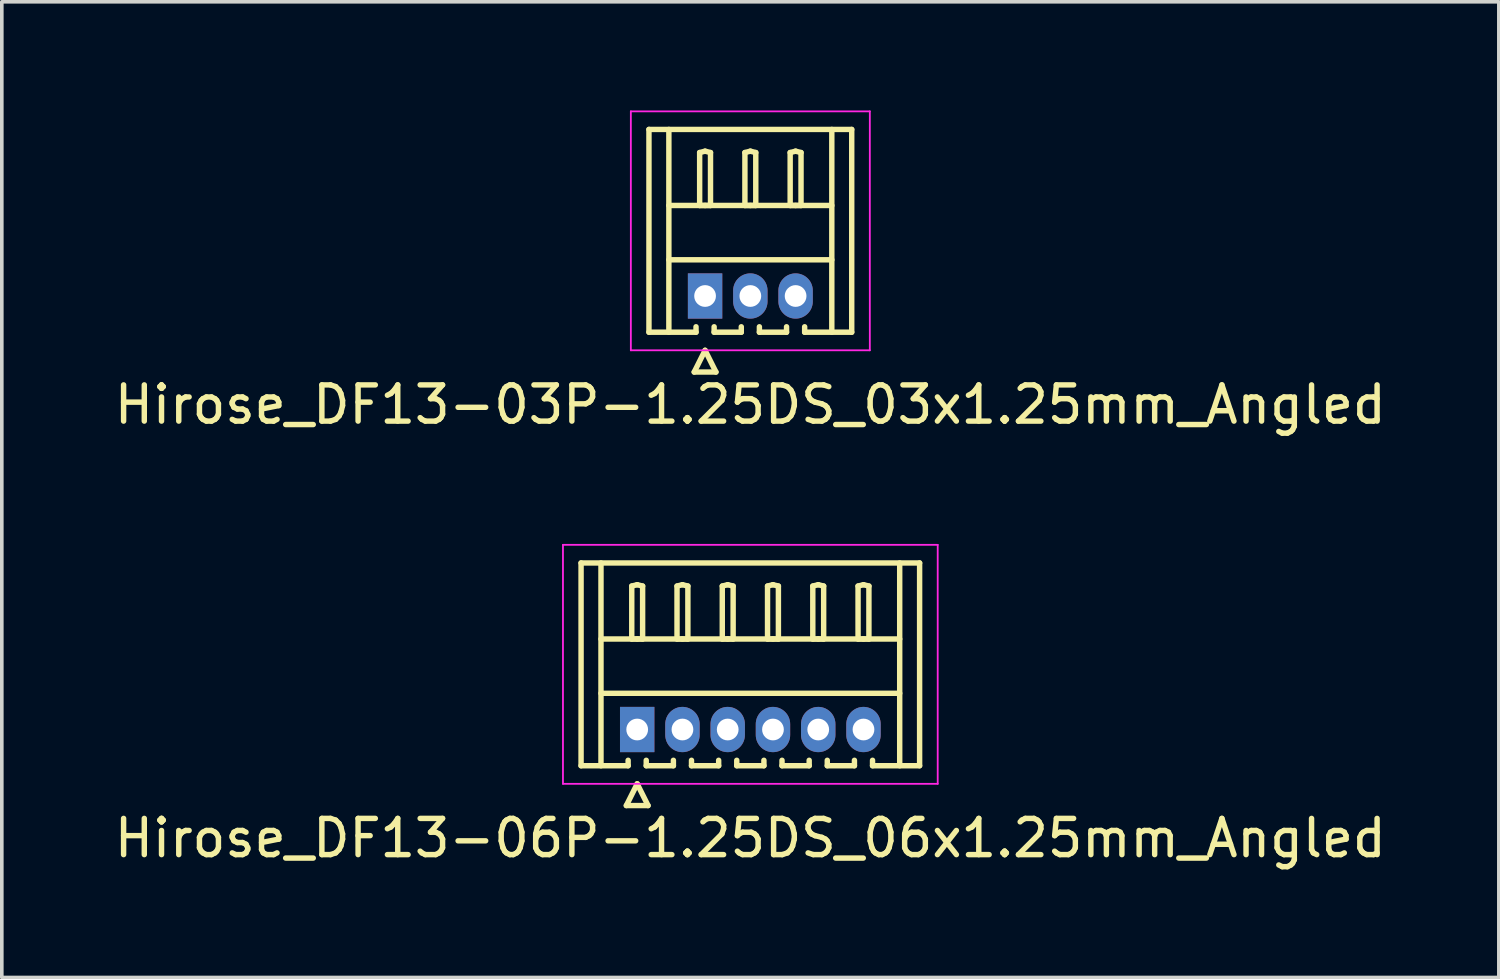
<source format=kicad_pcb>
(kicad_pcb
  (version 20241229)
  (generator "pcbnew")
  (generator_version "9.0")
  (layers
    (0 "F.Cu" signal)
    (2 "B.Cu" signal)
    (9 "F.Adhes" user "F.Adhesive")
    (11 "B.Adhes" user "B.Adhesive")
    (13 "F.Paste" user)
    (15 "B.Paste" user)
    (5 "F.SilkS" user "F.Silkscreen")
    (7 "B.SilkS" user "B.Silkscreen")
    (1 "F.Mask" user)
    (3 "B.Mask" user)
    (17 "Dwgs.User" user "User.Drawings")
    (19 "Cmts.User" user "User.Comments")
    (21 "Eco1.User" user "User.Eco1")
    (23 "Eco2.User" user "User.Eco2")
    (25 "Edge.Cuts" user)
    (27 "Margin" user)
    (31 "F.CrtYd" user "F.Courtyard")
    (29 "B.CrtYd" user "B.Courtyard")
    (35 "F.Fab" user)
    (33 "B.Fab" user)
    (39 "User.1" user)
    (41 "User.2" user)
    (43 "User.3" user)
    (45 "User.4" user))
  (footprint "Hirose_DF13-03P-1.25DS_03x1.25mm_Angled"
    (layer "F.Cu")
    (at 16.423 5.125)
    (property "Reference" "Hirose_DF13-03P-1.25DS_03x1.25mm_Angled" (at 1.25 3 0) (layer "F.SilkS") (effects (font (size 1 1) (thickness 0.15))))
    (attr through_hole)
    (fp_line (start -1.55 -4.6) (end 4.05 -4.6) (stroke (width 0.15) (type solid)) (layer "F.SilkS"))
    (fp_line (start -1.55 1) (end -1.55 -4.6) (stroke (width 0.15) (type solid)) (layer "F.SilkS"))
    (fp_line (start -1 -4.6) (end -1 1) (stroke (width 0.15) (type solid)) (layer "F.SilkS"))
    (fp_line (start -1 -2.5) (end 3.5 -2.5) (stroke (width 0.15) (type solid)) (layer "F.SilkS"))
    (fp_line (start -1 -1) (end 3.5 -1) (stroke (width 0.15) (type solid)) (layer "F.SilkS"))
    (fp_line (start -0.3 2.1) (end 0.3 2.1) (stroke (width 0.15) (type solid)) (layer "F.SilkS"))
    (fp_line (start -0.25 0.85) (end -0.25 1) (stroke (width 0.15) (type solid)) (layer "F.SilkS"))
    (fp_line (start -0.25 1) (end -1.55 1) (stroke (width 0.15) (type solid)) (layer "F.SilkS"))
    (fp_line (start -0.15 -3.962) (end 0 -4) (stroke (width 0.15) (type solid)) (layer "F.SilkS"))
    (fp_line (start -0.15 -2.5) (end -0.15 -3.962) (stroke (width 0.15) (type solid)) (layer "F.SilkS"))
    (fp_line (start 0 -4) (end 0.15 -3.962) (stroke (width 0.15) (type solid)) (layer "F.SilkS"))
    (fp_line (start 0 -2.5) (end -0.15 -2.5) (stroke (width 0.15) (type solid)) (layer "F.SilkS"))
    (fp_line (start 0 1.5) (end -0.3 2.1) (stroke (width 0.15) (type solid)) (layer "F.SilkS"))
    (fp_line (start 0.15 -3.962) (end 0.15 -2.5) (stroke (width 0.15) (type solid)) (layer "F.SilkS"))
    (fp_line (start 0.15 -2.5) (end 0 -2.5) (stroke (width 0.15) (type solid)) (layer "F.SilkS"))
    (fp_line (start 0.25 0.85) (end 0.25 1) (stroke (width 0.15) (type solid)) (layer "F.SilkS"))
    (fp_line (start 0.25 1) (end 1 1) (stroke (width 0.15) (type solid)) (layer "F.SilkS"))
    (fp_line (start 0.3 2.1) (end 0 1.5) (stroke (width 0.15) (type solid)) (layer "F.SilkS"))
    (fp_line (start 1 1) (end 1 0.85) (stroke (width 0.15) (type solid)) (layer "F.SilkS"))
    (fp_line (start 1.1 -3.962) (end 1.25 -4) (stroke (width 0.15) (type solid)) (layer "F.SilkS"))
    (fp_line (start 1.1 -2.5) (end 1.1 -3.962) (stroke (width 0.15) (type solid)) (layer "F.SilkS"))
    (fp_line (start 1.25 -4) (end 1.4 -3.962) (stroke (width 0.15) (type solid)) (layer "F.SilkS"))
    (fp_line (start 1.25 -2.5) (end 1.1 -2.5) (stroke (width 0.15) (type solid)) (layer "F.SilkS"))
    (fp_line (start 1.4 -3.962) (end 1.4 -2.5) (stroke (width 0.15) (type solid)) (layer "F.SilkS"))
    (fp_line (start 1.4 -2.5) (end 1.25 -2.5) (stroke (width 0.15) (type solid)) (layer "F.SilkS"))
    (fp_line (start 1.5 0.85) (end 1.5 1) (stroke (width 0.15) (type solid)) (layer "F.SilkS"))
    (fp_line (start 1.5 1) (end 2.25 1) (stroke (width 0.15) (type solid)) (layer "F.SilkS"))
    (fp_line (start 2.25 1) (end 2.25 0.85) (stroke (width 0.15) (type solid)) (layer "F.SilkS"))
    (fp_line (start 2.35 -3.962) (end 2.5 -4) (stroke (width 0.15) (type solid)) (layer "F.SilkS"))
    (fp_line (start 2.35 -2.5) (end 2.35 -3.962) (stroke (width 0.15) (type solid)) (layer "F.SilkS"))
    (fp_line (start 2.5 -4) (end 2.65 -3.962) (stroke (width 0.15) (type solid)) (layer "F.SilkS"))
    (fp_line (start 2.5 -2.5) (end 2.35 -2.5) (stroke (width 0.15) (type solid)) (layer "F.SilkS"))
    (fp_line (start 2.65 -3.962) (end 2.65 -2.5) (stroke (width 0.15) (type solid)) (layer "F.SilkS"))
    (fp_line (start 2.65 -2.5) (end 2.5 -2.5) (stroke (width 0.15) (type solid)) (layer "F.SilkS"))
    (fp_line (start 2.75 1) (end 2.75 0.85) (stroke (width 0.15) (type solid)) (layer "F.SilkS"))
    (fp_line (start 3.5 -4.6) (end 3.5 1) (stroke (width 0.15) (type solid)) (layer "F.SilkS"))
    (fp_line (start 4.05 -4.6) (end 4.05 1) (stroke (width 0.15) (type solid)) (layer "F.SilkS"))
    (fp_line (start 4.05 1) (end 2.75 1) (stroke (width 0.15) (type solid)) (layer "F.SilkS"))
    (fp_line (start -2.05 -5.1) (end -2.05 1.5) (stroke (width 0.05) (type solid)) (layer "F.CrtYd"))
    (fp_line (start -2.05 1.5) (end 4.55 1.5) (stroke (width 0.05) (type solid)) (layer "F.CrtYd"))
    (fp_line (start 4.55 -5.1) (end -2.05 -5.1) (stroke (width 0.05) (type solid)) (layer "F.CrtYd"))
    (fp_line (start 4.55 1.5) (end 4.55 -5.1) (stroke (width 0.05) (type solid)) (layer "F.CrtYd"))
    (pad "1" thru_hole rect (at 0 0) (size 0.95 1.25) (drill 0.6) (layers "*.Cu" "*.Mask"))
    (pad "2" thru_hole oval (at 1.25 0) (size 0.95 1.25) (drill 0.6) (layers "*.Cu" "*.Mask"))
    (pad "3" thru_hole oval (at 2.5 0) (size 0.95 1.25) (drill 0.6) (layers "*.Cu" "*.Mask")))
  (footprint "Hirose_DF13-06P-1.25DS_06x1.25mm_Angled"
    (layer "F.Cu")
    (at 14.548 17.098)
    (property "Reference" "Hirose_DF13-06P-1.25DS_06x1.25mm_Angled" (at 3.125 3 0) (layer "F.SilkS") (effects (font (size 1 1) (thickness 0.15))))
    (attr through_hole)
    (fp_line (start -1.55 -4.6) (end 7.8 -4.6) (stroke (width 0.15) (type solid)) (layer "F.SilkS"))
    (fp_line (start -1.55 1) (end -1.55 -4.6) (stroke (width 0.15) (type solid)) (layer "F.SilkS"))
    (fp_line (start -1 -4.6) (end -1 1) (stroke (width 0.15) (type solid)) (layer "F.SilkS"))
    (fp_line (start -1 -2.5) (end 7.25 -2.5) (stroke (width 0.15) (type solid)) (layer "F.SilkS"))
    (fp_line (start -1 -1) (end 7.25 -1) (stroke (width 0.15) (type solid)) (layer "F.SilkS"))
    (fp_line (start -0.3 2.1) (end 0.3 2.1) (stroke (width 0.15) (type solid)) (layer "F.SilkS"))
    (fp_line (start -0.25 0.85) (end -0.25 1) (stroke (width 0.15) (type solid)) (layer "F.SilkS"))
    (fp_line (start -0.25 1) (end -1.55 1) (stroke (width 0.15) (type solid)) (layer "F.SilkS"))
    (fp_line (start -0.15 -3.962) (end 0 -4) (stroke (width 0.15) (type solid)) (layer "F.SilkS"))
    (fp_line (start -0.15 -2.5) (end -0.15 -3.962) (stroke (width 0.15) (type solid)) (layer "F.SilkS"))
    (fp_line (start 0 -4) (end 0.15 -3.962) (stroke (width 0.15) (type solid)) (layer "F.SilkS"))
    (fp_line (start 0 -2.5) (end -0.15 -2.5) (stroke (width 0.15) (type solid)) (layer "F.SilkS"))
    (fp_line (start 0 1.5) (end -0.3 2.1) (stroke (width 0.15) (type solid)) (layer "F.SilkS"))
    (fp_line (start 0.15 -3.962) (end 0.15 -2.5) (stroke (width 0.15) (type solid)) (layer "F.SilkS"))
    (fp_line (start 0.15 -2.5) (end 0 -2.5) (stroke (width 0.15) (type solid)) (layer "F.SilkS"))
    (fp_line (start 0.25 0.85) (end 0.25 1) (stroke (width 0.15) (type solid)) (layer "F.SilkS"))
    (fp_line (start 0.25 1) (end 1 1) (stroke (width 0.15) (type solid)) (layer "F.SilkS"))
    (fp_line (start 0.3 2.1) (end 0 1.5) (stroke (width 0.15) (type solid)) (layer "F.SilkS"))
    (fp_line (start 1 1) (end 1 0.85) (stroke (width 0.15) (type solid)) (layer "F.SilkS"))
    (fp_line (start 1.1 -3.962) (end 1.25 -4) (stroke (width 0.15) (type solid)) (layer "F.SilkS"))
    (fp_line (start 1.1 -2.5) (end 1.1 -3.962) (stroke (width 0.15) (type solid)) (layer "F.SilkS"))
    (fp_line (start 1.25 -4) (end 1.4 -3.962) (stroke (width 0.15) (type solid)) (layer "F.SilkS"))
    (fp_line (start 1.25 -2.5) (end 1.1 -2.5) (stroke (width 0.15) (type solid)) (layer "F.SilkS"))
    (fp_line (start 1.4 -3.962) (end 1.4 -2.5) (stroke (width 0.15) (type solid)) (layer "F.SilkS"))
    (fp_line (start 1.4 -2.5) (end 1.25 -2.5) (stroke (width 0.15) (type solid)) (layer "F.SilkS"))
    (fp_line (start 1.5 0.85) (end 1.5 1) (stroke (width 0.15) (type solid)) (layer "F.SilkS"))
    (fp_line (start 1.5 1) (end 2.25 1) (stroke (width 0.15) (type solid)) (layer "F.SilkS"))
    (fp_line (start 2.25 1) (end 2.25 0.85) (stroke (width 0.15) (type solid)) (layer "F.SilkS"))
    (fp_line (start 2.35 -3.962) (end 2.5 -4) (stroke (width 0.15) (type solid)) (layer "F.SilkS"))
    (fp_line (start 2.35 -2.5) (end 2.35 -3.962) (stroke (width 0.15) (type solid)) (layer "F.SilkS"))
    (fp_line (start 2.5 -4) (end 2.65 -3.962) (stroke (width 0.15) (type solid)) (layer "F.SilkS"))
    (fp_line (start 2.5 -2.5) (end 2.35 -2.5) (stroke (width 0.15) (type solid)) (layer "F.SilkS"))
    (fp_line (start 2.65 -3.962) (end 2.65 -2.5) (stroke (width 0.15) (type solid)) (layer "F.SilkS"))
    (fp_line (start 2.65 -2.5) (end 2.5 -2.5) (stroke (width 0.15) (type solid)) (layer "F.SilkS"))
    (fp_line (start 2.75 0.85) (end 2.75 1) (stroke (width 0.15) (type solid)) (layer "F.SilkS"))
    (fp_line (start 2.75 1) (end 3.5 1) (stroke (width 0.15) (type solid)) (layer "F.SilkS"))
    (fp_line (start 3.5 1) (end 3.5 0.85) (stroke (width 0.15) (type solid)) (layer "F.SilkS"))
    (fp_line (start 3.6 -3.962) (end 3.75 -4) (stroke (width 0.15) (type solid)) (layer "F.SilkS"))
    (fp_line (start 3.6 -2.5) (end 3.6 -3.962) (stroke (width 0.15) (type solid)) (layer "F.SilkS"))
    (fp_line (start 3.75 -4) (end 3.9 -3.962) (stroke (width 0.15) (type solid)) (layer "F.SilkS"))
    (fp_line (start 3.75 -2.5) (end 3.6 -2.5) (stroke (width 0.15) (type solid)) (layer "F.SilkS"))
    (fp_line (start 3.9 -3.962) (end 3.9 -2.5) (stroke (width 0.15) (type solid)) (layer "F.SilkS"))
    (fp_line (start 3.9 -2.5) (end 3.75 -2.5) (stroke (width 0.15) (type solid)) (layer "F.SilkS"))
    (fp_line (start 4 0.85) (end 4 1) (stroke (width 0.15) (type solid)) (layer "F.SilkS"))
    (fp_line (start 4 1) (end 4.75 1) (stroke (width 0.15) (type solid)) (layer "F.SilkS"))
    (fp_line (start 4.75 1) (end 4.75 0.85) (stroke (width 0.15) (type solid)) (layer "F.SilkS"))
    (fp_line (start 4.85 -3.962) (end 5 -4) (stroke (width 0.15) (type solid)) (layer "F.SilkS"))
    (fp_line (start 4.85 -2.5) (end 4.85 -3.962) (stroke (width 0.15) (type solid)) (layer "F.SilkS"))
    (fp_line (start 5 -4) (end 5.15 -3.962) (stroke (width 0.15) (type solid)) (layer "F.SilkS"))
    (fp_line (start 5 -2.5) (end 4.85 -2.5) (stroke (width 0.15) (type solid)) (layer "F.SilkS"))
    (fp_line (start 5.15 -3.962) (end 5.15 -2.5) (stroke (width 0.15) (type solid)) (layer "F.SilkS"))
    (fp_line (start 5.15 -2.5) (end 5 -2.5) (stroke (width 0.15) (type solid)) (layer "F.SilkS"))
    (fp_line (start 5.25 0.85) (end 5.25 1) (stroke (width 0.15) (type solid)) (layer "F.SilkS"))
    (fp_line (start 5.25 1) (end 6 1) (stroke (width 0.15) (type solid)) (layer "F.SilkS"))
    (fp_line (start 6 1) (end 6 0.85) (stroke (width 0.15) (type solid)) (layer "F.SilkS"))
    (fp_line (start 6.1 -3.962) (end 6.25 -4) (stroke (width 0.15) (type solid)) (layer "F.SilkS"))
    (fp_line (start 6.1 -2.5) (end 6.1 -3.962) (stroke (width 0.15) (type solid)) (layer "F.SilkS"))
    (fp_line (start 6.25 -4) (end 6.4 -3.962) (stroke (width 0.15) (type solid)) (layer "F.SilkS"))
    (fp_line (start 6.25 -2.5) (end 6.1 -2.5) (stroke (width 0.15) (type solid)) (layer "F.SilkS"))
    (fp_line (start 6.4 -3.962) (end 6.4 -2.5) (stroke (width 0.15) (type solid)) (layer "F.SilkS"))
    (fp_line (start 6.4 -2.5) (end 6.25 -2.5) (stroke (width 0.15) (type solid)) (layer "F.SilkS"))
    (fp_line (start 6.5 1) (end 6.5 0.85) (stroke (width 0.15) (type solid)) (layer "F.SilkS"))
    (fp_line (start 7.25 -4.6) (end 7.25 1) (stroke (width 0.15) (type solid)) (layer "F.SilkS"))
    (fp_line (start 7.8 -4.6) (end 7.8 1) (stroke (width 0.15) (type solid)) (layer "F.SilkS"))
    (fp_line (start 7.8 1) (end 6.5 1) (stroke (width 0.15) (type solid)) (layer "F.SilkS"))
    (fp_line (start -2.05 -5.1) (end -2.05 1.5) (stroke (width 0.05) (type solid)) (layer "F.CrtYd"))
    (fp_line (start -2.05 1.5) (end 8.3 1.5) (stroke (width 0.05) (type solid)) (layer "F.CrtYd"))
    (fp_line (start 8.3 -5.1) (end -2.05 -5.1) (stroke (width 0.05) (type solid)) (layer "F.CrtYd"))
    (fp_line (start 8.3 1.5) (end 8.3 -5.1) (stroke (width 0.05) (type solid)) (layer "F.CrtYd"))
    (pad "1" thru_hole rect (at 0 0) (size 0.95 1.25) (drill 0.6) (layers "*.Cu" "*.Mask"))
    (pad "2" thru_hole oval (at 1.25 0) (size 0.95 1.25) (drill 0.6) (layers "*.Cu" "*.Mask"))
    (pad "3" thru_hole oval (at 2.5 0) (size 0.95 1.25) (drill 0.6) (layers "*.Cu" "*.Mask"))
    (pad "4" thru_hole oval (at 3.75 0) (size 0.95 1.25) (drill 0.6) (layers "*.Cu" "*.Mask"))
    (pad "5" thru_hole oval (at 5 0) (size 0.95 1.25) (drill 0.6) (layers "*.Cu" "*.Mask"))
    (pad "6" thru_hole oval (at 6.25 0) (size 0.95 1.25) (drill 0.6) (layers "*.Cu" "*.Mask")))
  (gr_rect
    (start -3 -3)
    (end 38.345 23.947)
    (stroke (width 0.1) (type default))
    (fill no)
    (layer "Edge.Cuts")))
</source>
